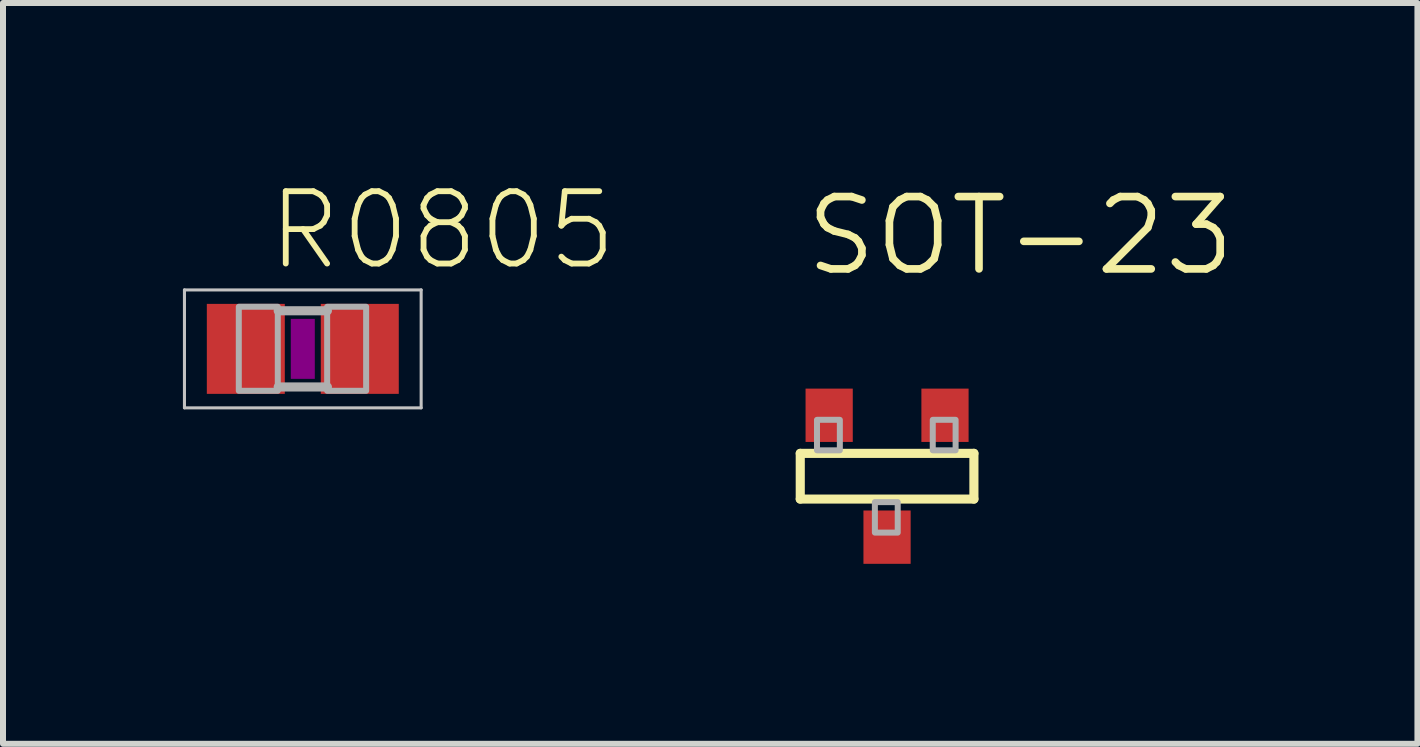
<source format=kicad_pcb>
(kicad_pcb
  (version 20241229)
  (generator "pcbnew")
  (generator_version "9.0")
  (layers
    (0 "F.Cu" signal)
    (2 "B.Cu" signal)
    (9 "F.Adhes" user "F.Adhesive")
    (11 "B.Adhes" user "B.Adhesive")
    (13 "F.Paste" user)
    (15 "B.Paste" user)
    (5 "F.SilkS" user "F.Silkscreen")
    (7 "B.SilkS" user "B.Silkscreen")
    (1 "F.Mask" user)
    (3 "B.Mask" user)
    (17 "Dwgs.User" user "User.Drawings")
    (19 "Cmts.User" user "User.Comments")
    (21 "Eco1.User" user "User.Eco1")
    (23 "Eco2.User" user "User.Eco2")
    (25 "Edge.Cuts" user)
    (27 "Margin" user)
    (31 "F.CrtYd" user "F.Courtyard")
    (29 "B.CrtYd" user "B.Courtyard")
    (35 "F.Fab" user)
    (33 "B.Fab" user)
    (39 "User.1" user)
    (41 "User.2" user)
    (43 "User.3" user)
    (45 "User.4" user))
  (footprint "SOT-23"
    (layer "F.Cu")
    (at 11.713 4.889)
    (property "Reference" "SOT-23" (at -1.397 -3.302 0) (layer "F.SilkS") (effects (font (size 1.206 1.206) (thickness 0.127)) (justify left bottom)))
    (attr through_hole)
    (fp_line (start -1.422 -0.381) (end 1.473 -0.381) (stroke (width 0.152) (type solid)) (layer "F.SilkS"))
    (fp_line (start -1.422 0.381) (end -1.422 -0.381) (stroke (width 0.152) (type solid)) (layer "F.SilkS"))
    (fp_line (start 1.473 -0.381) (end 1.473 0.381) (stroke (width 0.152) (type solid)) (layer "F.SilkS"))
    (fp_line (start 1.473 0.381) (end -1.422 0.381) (stroke (width 0.152) (type solid)) (layer "F.SilkS"))
    (fp_poly (pts (xy -1.143 -0.432) (xy -0.762 -0.432) (xy -0.762 -0.94) (xy -1.143 -0.94)) (stroke (width 0.1) (type solid)) (fill no) (layer "F.Fab"))
    (fp_poly (pts (xy -0.178 0.94) (xy 0.203 0.94) (xy 0.203 0.432) (xy -0.178 0.432)) (stroke (width 0.1) (type solid)) (fill no) (layer "F.Fab"))
    (fp_poly (pts (xy 0.787 -0.432) (xy 1.168 -0.432) (xy 1.168 -0.94) (xy 0.787 -0.94)) (stroke (width 0.1) (type solid)) (fill no) (layer "F.Fab"))
    (pad "1" smd rect (at 0.025 1.016) (size 0.787 0.889) (layers "F.Cu" "F.Mask" "F.Paste"))
    (pad "2" smd rect (at -0.94 -1.016) (size 0.787 0.889) (layers "F.Cu" "F.Mask" "F.Paste"))
    (pad "3" smd rect (at 0.991 -1.016) (size 0.787 0.889) (layers "F.Cu" "F.Mask" "F.Paste")))
  (footprint "R0805"
    (layer "F.Cu")
    (at 1.998 2.766)
    (property "Reference" "R0805" (at -0.635 -1.27 0) (layer "F.SilkS") (effects (font (size 1.206 1.206) (thickness 0.097)) (justify left bottom)))
    (attr through_hole)
    (fp_poly (pts (xy -0.2 0.5) (xy 0.2 0.5) (xy 0.2 -0.5) (xy -0.2 -0.5)) (stroke (width 0) (type solid)) (fill yes) (layer "F.Adhes"))
    (fp_line (start -1.973 -0.983) (end 1.973 -0.983) (stroke (width 0.051) (type solid)) (layer "Dwgs.User"))
    (fp_line (start -1.973 0.983) (end -1.973 -0.983) (stroke (width 0.051) (type solid)) (layer "Dwgs.User"))
    (fp_line (start 1.973 -0.983) (end 1.973 0.983) (stroke (width 0.051) (type solid)) (layer "Dwgs.User"))
    (fp_line (start 1.973 0.983) (end -1.973 0.983) (stroke (width 0.051) (type solid)) (layer "Dwgs.User"))
    (fp_line (start -0.41 -0.635) (end 0.41 -0.635) (stroke (width 0.152) (type solid)) (layer "F.Fab"))
    (fp_line (start -0.41 0.635) (end 0.41 0.635) (stroke (width 0.152) (type solid)) (layer "F.Fab"))
    (fp_poly (pts (xy -1.067 0.699) (xy -0.417 0.699) (xy -0.417 -0.702) (xy -1.067 -0.702)) (stroke (width 0.1) (type solid)) (fill no) (layer "F.Fab"))
    (fp_poly (pts (xy 0.406 0.699) (xy 1.056 0.699) (xy 1.056 -0.702) (xy 0.406 -0.702)) (stroke (width 0.1) (type solid)) (fill no) (layer "F.Fab"))
    (pad "1" smd rect (at -0.95 0) (size 1.3 1.5) (layers "F.Cu" "F.Mask" "F.Paste"))
    (pad "2" smd rect (at 0.95 0) (size 1.3 1.5) (layers "F.Cu" "F.Mask" "F.Paste")))
  (gr_rect
    (start -3 -3)
    (end 20.58 9.35)
    (stroke (width 0.1) (type default))
    (fill no)
    (layer "Edge.Cuts")))
</source>
